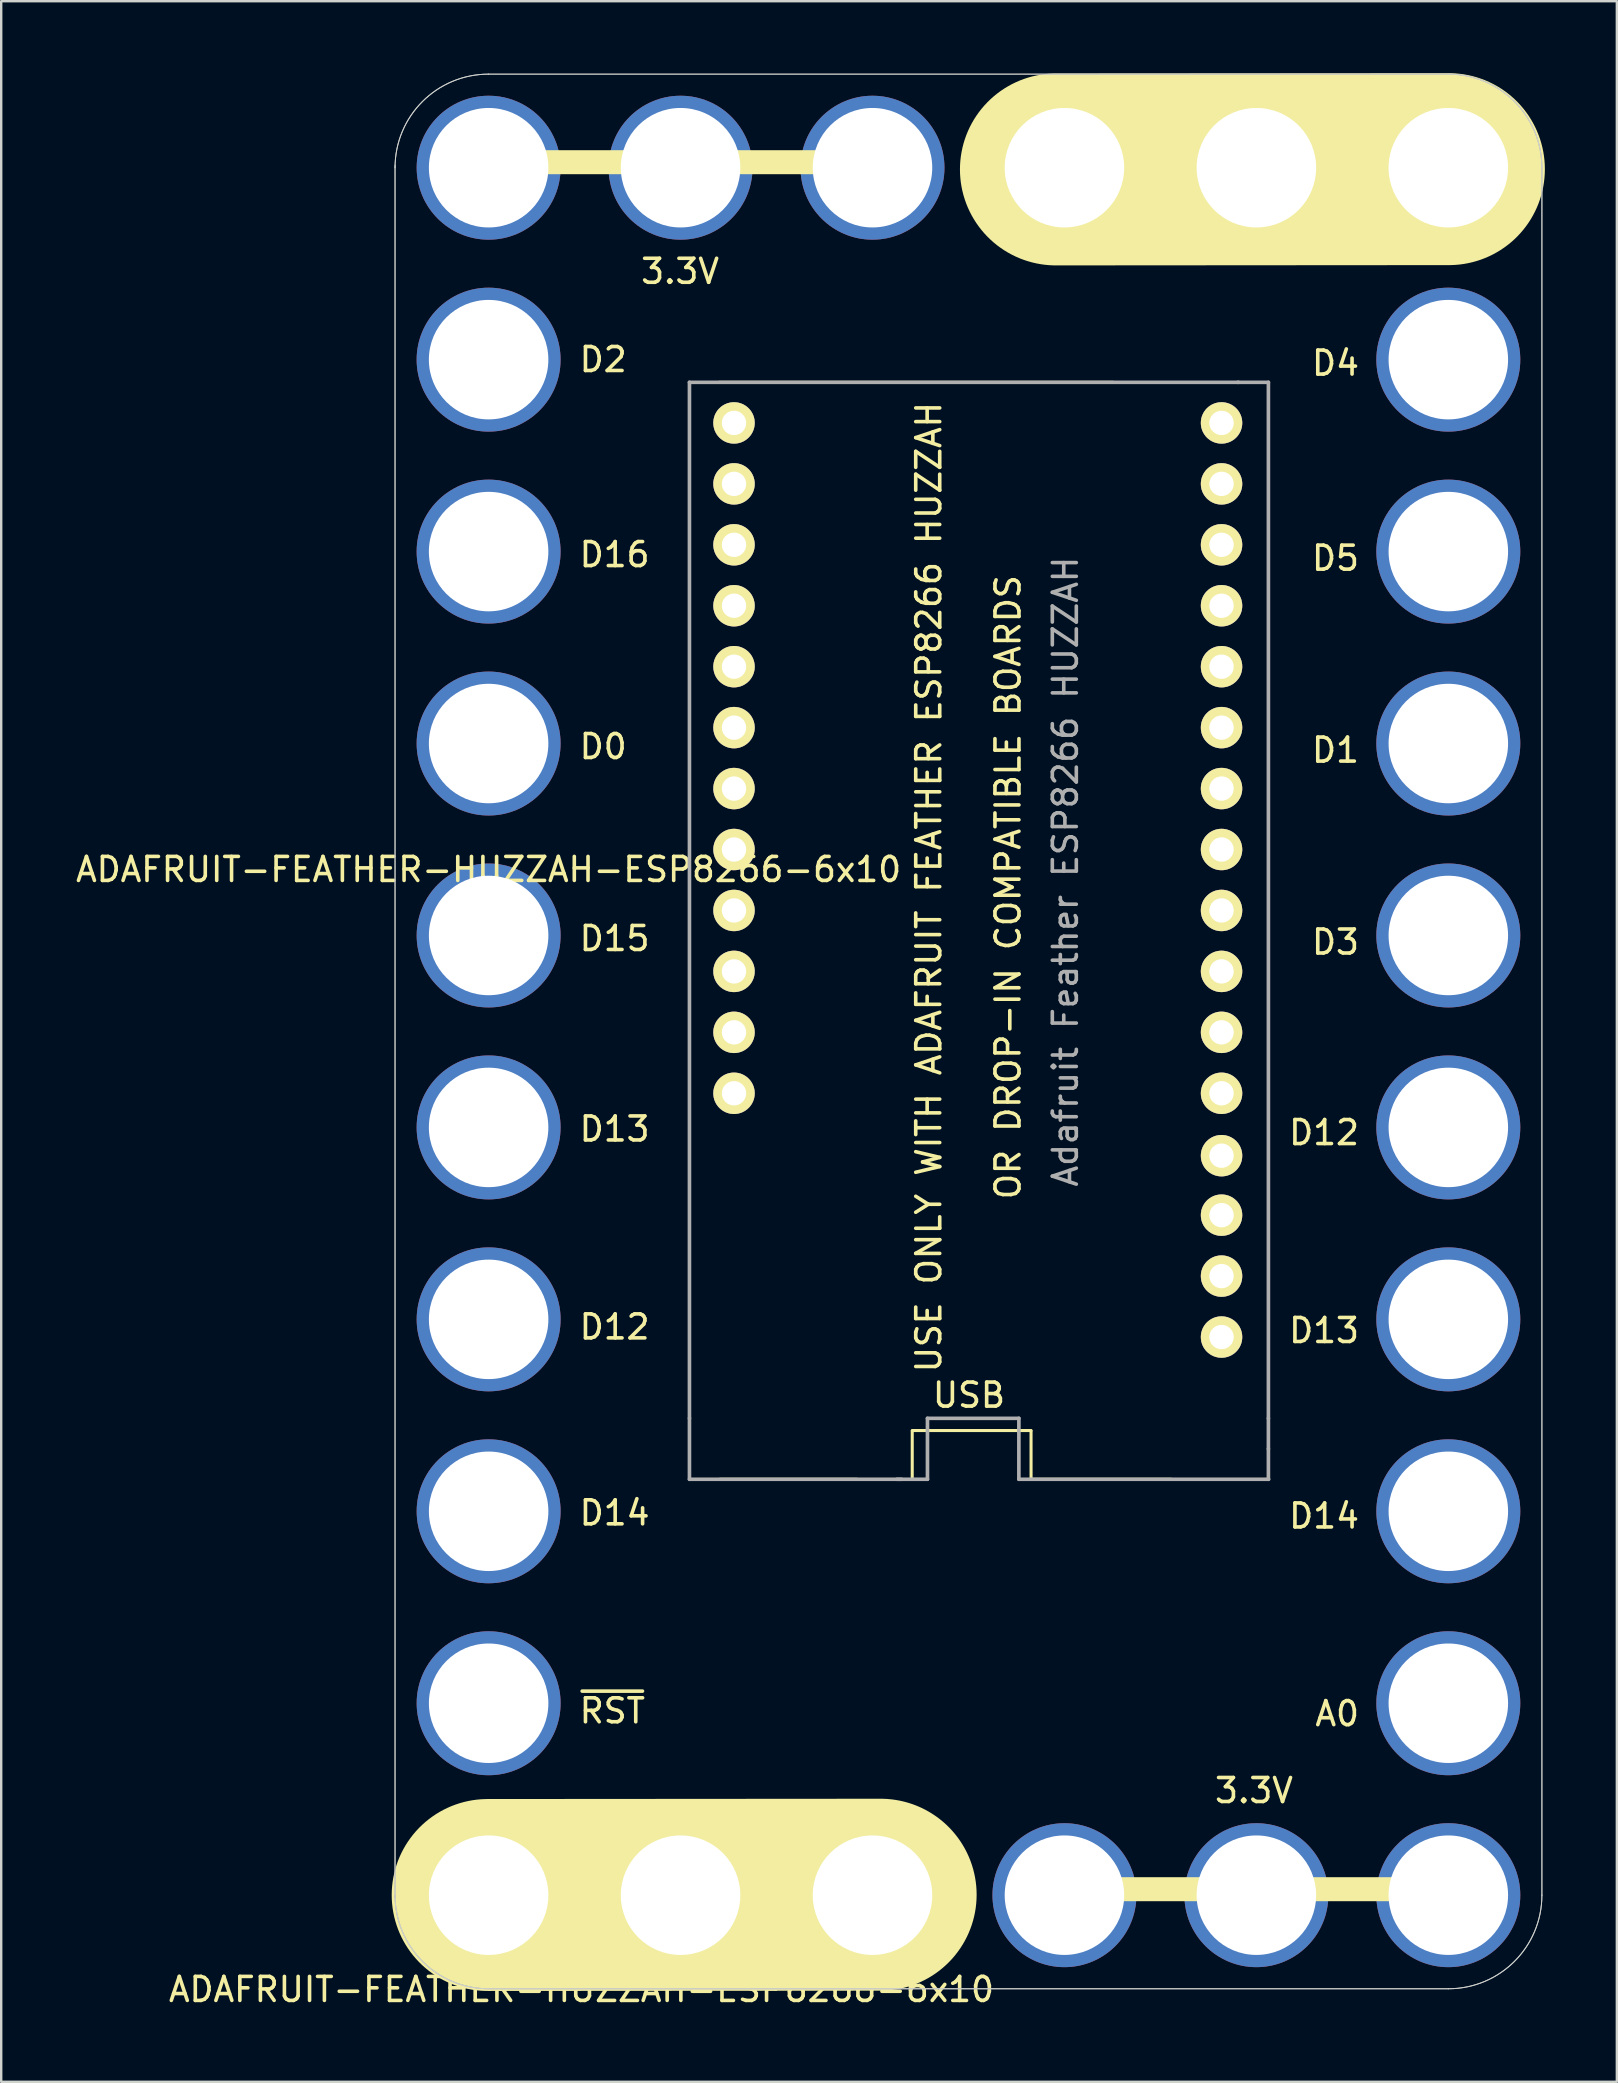
<source format=kicad_pcb>
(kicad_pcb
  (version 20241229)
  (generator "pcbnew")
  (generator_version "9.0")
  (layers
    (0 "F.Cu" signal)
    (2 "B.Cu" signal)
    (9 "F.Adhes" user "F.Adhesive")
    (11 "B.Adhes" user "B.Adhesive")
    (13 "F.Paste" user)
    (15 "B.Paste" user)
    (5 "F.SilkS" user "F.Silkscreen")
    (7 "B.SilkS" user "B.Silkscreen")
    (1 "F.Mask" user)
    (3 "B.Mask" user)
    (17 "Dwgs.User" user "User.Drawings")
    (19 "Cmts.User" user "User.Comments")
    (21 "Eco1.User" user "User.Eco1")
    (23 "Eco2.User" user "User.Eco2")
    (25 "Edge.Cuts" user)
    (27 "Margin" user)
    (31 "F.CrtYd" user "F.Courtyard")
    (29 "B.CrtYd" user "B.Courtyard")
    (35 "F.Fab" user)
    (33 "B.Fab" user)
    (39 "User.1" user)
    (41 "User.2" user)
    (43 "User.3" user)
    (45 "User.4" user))
  (footprint "ADAFRUIT-FEATHER-HUZZAH-ESP8266-6x10"
    (layer "F.Cu")
    (at 17.315 35.94)
    (property "Reference" "ADAFRUIT-FEATHER-HUZZAH-ESP8266-6x10" (at 3.87 43.93 0) (layer "F.SilkS") (effects (font (size 1 1) (thickness 0.15))))
    (attr through_hole)
    (fp_line (start -0.04 -32.23) (end 16.2 -32.23) (stroke (width 1) (type solid)) (layer "F.SilkS"))
    (fp_line (start -0.039 39.992) (end 16.34 39.98) (stroke (width 8) (type solid)) (layer "F.SilkS"))
    (fp_line (start 9.608 -23.055) (end 26.024 -23.055) (stroke (width 0.127) (type solid)) (layer "F.SilkS"))
    (fp_line (start 9.641 22.665) (end 15.356 22.665) (stroke (width 0.127) (type solid)) (layer "F.SilkS"))
    (fp_line (start 17.656 22.657) (end 17.656 20.657) (stroke (width 0.127) (type solid)) (layer "F.SilkS"))
    (fp_line (start 22.609 20.633) (end 17.656 20.633) (stroke (width 0.127) (type solid)) (layer "F.SilkS"))
    (fp_line (start 22.609 22.665) (end 22.608 20.657) (stroke (width 0.127) (type solid)) (layer "F.SilkS"))
    (fp_line (start 22.609 22.665) (end 28.451 22.665) (stroke (width 0.127) (type solid)) (layer "F.SilkS"))
    (fp_line (start 23.55 39.75) (end 39.79 39.75) (stroke (width 1) (type solid)) (layer "F.SilkS"))
    (fp_line (start 23.645 -31.928) (end 40.024 -31.94) (stroke (width 8) (type solid)) (layer "F.SilkS"))
    (fp_line (start -3.9 -32.1) (end -3.9 40) (stroke (width 0.041) (type solid)) (layer "Edge.Cuts"))
    (fp_line (start 0 43.9) (end 40 43.9) (stroke (width 0.041) (type solid)) (layer "Edge.Cuts"))
    (fp_line (start 40 -35.9) (end 0 -35.9) (stroke (width 0.041) (type solid)) (layer "Edge.Cuts"))
    (fp_line (start 43.9 40) (end 43.9 -32.1) (stroke (width 0.041) (type solid)) (layer "Edge.Cuts"))
    (fp_arc (start -3.9 -32) (mid -2.757716 -34.757716) (end 0 -35.9) (stroke (width 0.04064) (type solid)) (layer "Edge.Cuts"))
    (fp_arc (start 0 43.9) (mid -2.755309 42.760122) (end -3.899994 40.006807) (stroke (width 0.04064) (type solid)) (layer "Edge.Cuts"))
    (fp_arc (start 40 -35.9) (mid 42.755309 -34.760122) (end 43.899994 -32.006807) (stroke (width 0.04064) (type solid)) (layer "Edge.Cuts"))
    (fp_arc (start 43.9 40) (mid 42.757716 42.757716) (end 40 43.9) (stroke (width 0.04064) (type solid)) (layer "Edge.Cuts"))
    (fp_line (start -3.9 -32) (end -3.9 40.1) (stroke (width 0.041) (type solid)) (layer "F.Fab"))
    (fp_line (start 0 43.9) (end 40 43.9) (stroke (width 0.041) (type solid)) (layer "F.Fab"))
    (fp_line (start 8.371 -23.055) (end 8.371 20.125) (stroke (width 0.152) (type solid)) (layer "F.Fab"))
    (fp_line (start 8.371 22.665) (end 8.371 20.125) (stroke (width 0.152) (type solid)) (layer "F.Fab"))
    (fp_line (start 17.021 22.665) (end 18.291 22.665) (stroke (width 0.152) (type solid)) (layer "F.Fab"))
    (fp_line (start 17.21 22.665) (end 8.371 22.665) (stroke (width 0.152) (type solid)) (layer "F.Fab"))
    (fp_line (start 18.291 20.125) (end 18.291 22.665) (stroke (width 0.152) (type solid)) (layer "F.Fab"))
    (fp_line (start 22.101 20.125) (end 18.291 20.125) (stroke (width 0.152) (type solid)) (layer "F.Fab"))
    (fp_line (start 22.101 22.665) (end 22.101 20.125) (stroke (width 0.152) (type solid)) (layer "F.Fab"))
    (fp_line (start 31.231 -23.055) (end 32.501 -23.055) (stroke (width 0.152) (type solid)) (layer "F.Fab"))
    (fp_line (start 31.25 -23.055) (end 8.371 -23.055) (stroke (width 0.152) (type solid)) (layer "F.Fab"))
    (fp_line (start 32.501 20.125) (end 32.501 -23.055) (stroke (width 0.152) (type solid)) (layer "F.Fab"))
    (fp_line (start 32.501 20.125) (end 32.501 21.395) (stroke (width 0.152) (type solid)) (layer "F.Fab"))
    (fp_line (start 32.501 21.395) (end 32.501 22.665) (stroke (width 0.152) (type solid)) (layer "F.Fab"))
    (fp_line (start 32.51 22.665) (end 22.101 22.665) (stroke (width 0.152) (type solid)) (layer "F.Fab"))
    (fp_line (start 40 -35.9) (end 0 -35.9) (stroke (width 0.041) (type solid)) (layer "F.Fab"))
    (fp_line (start 43.9 40) (end 43.9 -32) (stroke (width 0.041) (type solid)) (layer "F.Fab"))
    (fp_arc (start -3.9 -32) (mid -2.757716 -34.757716) (end 0 -35.9) (stroke (width 0.04064) (type solid)) (layer "F.Fab"))
    (fp_arc (start 0 43.9) (mid -2.755309 42.760122) (end -3.899994 40.006807) (stroke (width 0.04064) (type solid)) (layer "F.Fab"))
    (fp_arc (start 40 -35.9) (mid 42.755309 -34.760122) (end 43.899994 -32.006807) (stroke (width 0.04064) (type solid)) (layer "F.Fab"))
    (fp_arc (start 43.9 40) (mid 42.757716 42.757716) (end 40 43.9) (stroke (width 0.04064) (type solid)) (layer "F.Fab"))
    (fp_text user "USB" (at 20.02 19.16 0) (layer "F.SilkS") (effects (font (size 1 1) (thickness 0.15))))
    (fp_text user "OR DROP-IN COMPATIBLE BOARDS" (at 21.649 -2.012 90) (layer "F.SilkS") (effects (font (size 1 1) (thickness 0.15))))
    (fp_text user "D12" (at 5.251 16.317 0) (layer "F.SilkS") (effects (font (size 1 1) (thickness 0.15))))
    (fp_text user "USE ONLY WITH ADAFRUIT FEATHER ESP8266 HUZZAH" (at 18.347 -2.012 90) (layer "F.SilkS") (effects (font (size 1 1) (thickness 0.15))))
    (fp_text user "D13" (at 34.821 16.466 0) (layer "F.SilkS") (effects (font (size 1 1) (thickness 0.15))))
    (fp_text user "D12" (at 34.821 8.216 0) (layer "F.SilkS") (effects (font (size 1 1) (thickness 0.15))))
    (fp_text user "D4" (at 35.297 -23.854 0) (layer "F.SilkS") (effects (font (size 1 1) (thickness 0.15))))
    (fp_text user "D5" (at 35.297 -15.724 0) (layer "F.SilkS") (effects (font (size 1 1) (thickness 0.15))))
    (fp_text user "D15" (at 5.251 0.127 0) (layer "F.SilkS") (effects (font (size 1 1) (thickness 0.15))))
    (fp_text user "D0" (at 4.775 -7.873 0) (layer "F.SilkS") (effects (font (size 1 1) (thickness 0.15))))
    (fp_text user "${REFERENCE}" (at 0 -2.75 0) (layer "F.SilkS") (effects (font (size 1 1) (thickness 0.15))))
    (fp_text user "A0" (at 35.369 32.436 180) (layer "F.SilkS") (effects (font (size 1 1) (thickness 0.15))))
    (fp_text user "3.3V" (at 31.9 35.64 0) (layer "F.SilkS") (effects (font (size 1 1) (thickness 0.15))))
    (fp_text user "D14" (at 5.251 24.067 0) (layer "F.SilkS") (effects (font (size 1 1) (thickness 0.15))))
    (fp_text user "D13" (at 5.251 8.067 0) (layer "F.SilkS") (effects (font (size 1 1) (thickness 0.15))))
    (fp_text user "3.3V" (at 7.98 -27.68 0) (layer "F.SilkS") (effects (font (size 1 1) (thickness 0.15))))
    (fp_text user "D14" (at 34.821 24.196 180) (layer "F.SilkS") (effects (font (size 1 1) (thickness 0.15))))
    (fp_text user "D2" (at 4.775 -24.003 0) (layer "F.SilkS") (effects (font (size 1 1) (thickness 0.15))))
    (fp_text user "D16" (at 5.251 -15.873 0) (layer "F.SilkS") (effects (font (size 1 1) (thickness 0.15))))
    (fp_text user "D3" (at 35.297 0.276 0) (layer "F.SilkS") (effects (font (size 1 1) (thickness 0.15))))
    (fp_text user "~{RST}" (at 5.156 32.317 0) (layer "F.SilkS") (effects (font (size 1 1) (thickness 0.15))))
    (fp_text user "D1" (at 35.297 -7.724 0) (layer "F.SilkS") (effects (font (size 1 1) (thickness 0.15))))
    (fp_text user "Adafruit Feather ESP8266 HUZZAH" (at 24.04 -2.66 90) (layer "F.Fab") (effects (font (size 1 1) (thickness 0.15))))
    (pad "1" thru_hole circle (at 0.001 32 90) (size 6 6) (drill 4.98) (layers "*.Cu" "*.Mask"))
    (pad "1" thru_hole circle (at 30.548 16.737 180) (size 1.727 1.727) (drill 1.016) (layers "*.Cu" "*.Mask" "F.SilkS"))
    (pad "2" thru_hole circle (at 30.548 6.577 180) (size 1.727 1.727) (drill 1.016) (layers "*.Cu" "*.Mask" "F.SilkS"))
    (pad "2" thru_hole circle (at 40 32 90) (size 6 6) (drill 4.98) (layers "*.Cu" "*.Mask"))
    (pad "3" thru_hole circle (at 30.548 -21.363 180) (size 1.727 1.727) (drill 1.016) (layers "*.Cu" "*.Mask" "F.SilkS"))
    (pad "3V" thru_hole circle (at 0.001 -32 90) (size 6 6) (drill 4.98) (layers "*.Cu" "*.Mask"))
    (pad "3V" thru_hole circle (at 8 -32 90) (size 6 6) (drill 4.98) (layers "*.Cu" "*.Mask"))
    (pad "3V" thru_hole circle (at 16 -32 90) (size 6 6) (drill 4.98) (layers "*.Cu" "*.Mask"))
    (pad "3V" thru_hole circle (at 24 40 90) (size 6 6) (drill 4.98) (layers "*.Cu" "*.Mask"))
    (pad "3V" thru_hole circle (at 30.548 14.197 180) (size 1.727 1.727) (drill 1.016) (layers "*.Cu" "*.Mask" "F.SilkS"))
    (pad "3V" thru_hole circle (at 32 40 90) (size 6 6) (drill 4.98) (layers "*.Cu" "*.Mask"))
    (pad "3V" thru_hole circle (at 40 40 90) (size 6 6) (drill 4.98) (layers "*.Cu" "*.Mask"))
    (pad "4" thru_hole circle (at 0 -16 90) (size 6 6) (drill 4.98) (layers "*.Cu" "*.Mask"))
    (pad "4" thru_hole circle (at 10.228 -13.743 180) (size 1.727 1.727) (drill 1.016) (layers "*.Cu" "*.Mask" "F.SilkS"))
    (pad "5" thru_hole circle (at 0.001 24 90) (size 6 6) (drill 4.98) (layers "*.Cu" "*.Mask"))
    (pad "5" thru_hole circle (at 10.228 -1.043 180) (size 1.727 1.727) (drill 1.016) (layers "*.Cu" "*.Mask" "F.SilkS"))
    (pad "5" thru_hole circle (at 30.548 -8.663 180) (size 1.727 1.727) (drill 1.016) (layers "*.Cu" "*.Mask" "F.SilkS"))
    (pad "5" thru_hole circle (at 40 24 90) (size 6 6) (drill 4.98) (layers "*.Cu" "*.Mask"))
    (pad "6" thru_hole circle (at 0.001 16 90) (size 6 6) (drill 4.98) (layers "*.Cu" "*.Mask"))
    (pad "6" thru_hole circle (at 10.228 -3.583 180) (size 1.727 1.727) (drill 1.016) (layers "*.Cu" "*.Mask" "F.SilkS"))
    (pad "6" thru_hole circle (at 30.548 -13.743 180) (size 1.727 1.727) (drill 1.016) (layers "*.Cu" "*.Mask" "F.SilkS"))
    (pad "6" thru_hole circle (at 40 8 90) (size 6 6) (drill 4.98) (layers "*.Cu" "*.Mask"))
    (pad "7" thru_hole circle (at 0 8 90) (size 6 6) (drill 4.98) (layers "*.Cu" "*.Mask"))
    (pad "7" thru_hole circle (at 10.228 -6.123 180) (size 1.727 1.727) (drill 1.016) (layers "*.Cu" "*.Mask" "F.SilkS"))
    (pad "7" thru_hole circle (at 30.548 -11.203 180) (size 1.727 1.727) (drill 1.016) (layers "*.Cu" "*.Mask" "F.SilkS"))
    (pad "7" thru_hole circle (at 40 16 90) (size 6 6) (drill 4.98) (layers "*.Cu" "*.Mask"))
    (pad "10" thru_hole circle (at 0.001 0 90) (size 6 6) (drill 4.98) (layers "*.Cu" "*.Mask"))
    (pad "10" thru_hole circle (at 10.228 -8.663 180) (size 1.727 1.727) (drill 1.016) (layers "*.Cu" "*.Mask" "F.SilkS"))
    (pad "11" thru_hole circle (at 0 -24 90) (size 6 6) (drill 4.98) (layers "*.Cu" "*.Mask"))
    (pad "11" thru_hole circle (at 10.228 -16.283 180) (size 1.727 1.727) (drill 1.016) (layers "*.Cu" "*.Mask" "F.SilkS"))
    (pad "12" thru_hole circle (at 0 -8 90) (size 6 6) (drill 4.98) (layers "*.Cu" "*.Mask"))
    (pad "12" thru_hole circle (at 10.228 -11.203 180) (size 1.727 1.727) (drill 1.016) (layers "*.Cu" "*.Mask" "F.SilkS"))
    (pad "13" thru_hole circle (at 10.228 -21.363 180) (size 1.727 1.727) (drill 1.016) (layers "*.Cu" "*.Mask" "F.SilkS"))
    (pad "13" thru_hole circle (at 40 -24 90) (size 6 6) (drill 4.98) (layers "*.Cu" "*.Mask"))
    (pad "14" thru_hole circle (at 10.228 -18.823 180) (size 1.727 1.727) (drill 1.016) (layers "*.Cu" "*.Mask" "F.SilkS"))
    (pad "14" thru_hole circle (at 40 -16 90) (size 6 6) (drill 4.98) (layers "*.Cu" "*.Mask"))
    (pad "15" thru_hole circle (at 30.548 -16.283 180) (size 1.727 1.727) (drill 1.016) (layers "*.Cu" "*.Mask" "F.SilkS"))
    (pad "15" thru_hole circle (at 40 0 90) (size 6 6) (drill 4.98) (layers "*.Cu" "*.Mask"))
    (pad "16" thru_hole circle (at 30.548 -18.823 180) (size 1.727 1.727) (drill 1.016) (layers "*.Cu" "*.Mask" "F.SilkS"))
    (pad "16" thru_hole circle (at 40 -8 90) (size 6 6) (drill 4.98) (layers "*.Cu" "*.Mask"))
    (pad "EN" thru_hole circle (at 10.228 4.037 180) (size 1.727 1.727) (drill 1.016) (layers "*.Cu" "*.Mask" "F.SilkS"))
    (pad "GND" thru_hole circle (at 0.001 40 90) (size 6 6) (drill 4.98) (layers "*.Cu" "*.Mask"))
    (pad "GND" thru_hole circle (at 8 40 90) (size 6 6) (drill 4.98) (layers "*.Cu" "*.Mask"))
    (pad "GND" thru_hole circle (at 16 40 90) (size 6 6) (drill 4.98) (layers "*.Cu" "*.Mask"))
    (pad "GND" thru_hole circle (at 24 -32 90) (size 6 6) (drill 4.98) (layers "*.Cu" "*.Mask"))
    (pad "GND" thru_hole circle (at 30.548 9.178 180) (size 1.727 1.727) (drill 1.016) (layers "*.Cu" "*.Mask" "F.SilkS"))
    (pad "GND" thru_hole circle (at 32 -32 90) (size 6 6) (drill 4.98) (layers "*.Cu" "*.Mask"))
    (pad "GND" thru_hole circle (at 40 -32 90) (size 6 6) (drill 4.98) (layers "*.Cu" "*.Mask"))
    (pad "NC" thru_hole circle (at 30.548 -6.123 180) (size 1.727 1.727) (drill 1.016) (layers "*.Cu" "*.Mask" "F.SilkS"))
    (pad "NC" thru_hole circle (at 30.548 -3.583 180) (size 1.727 1.727) (drill 1.016) (layers "*.Cu" "*.Mask" "F.SilkS"))
    (pad "NC" thru_hole circle (at 30.548 -1.043 180) (size 1.727 1.727) (drill 1.016) (layers "*.Cu" "*.Mask" "F.SilkS"))
    (pad "NC" thru_hole circle (at 30.548 1.497 180) (size 1.727 1.727) (drill 1.016) (layers "*.Cu" "*.Mask" "F.SilkS"))
    (pad "NC" thru_hole circle (at 30.548 4.037 180) (size 1.727 1.727) (drill 1.016) (layers "*.Cu" "*.Mask" "F.SilkS"))
    (pad "NC" thru_hole circle (at 30.548 11.657 180) (size 1.727 1.727) (drill 1.016) (layers "*.Cu" "*.Mask" "F.SilkS"))
    (pad "USB" thru_hole circle (at 10.228 1.497 180) (size 1.727 1.727) (drill 1.016) (layers "*.Cu" "*.Mask" "F.SilkS"))
    (pad "VBAT" thru_hole circle (at 10.228 6.577 180) (size 1.727 1.727) (drill 1.016) (layers "*.Cu" "*.Mask" "F.SilkS")))
  (gr_rect
    (start -3 -3)
    (end 64.339 83.718)
    (stroke (width 0.1) (type default))
    (fill no)
    (layer "Edge.Cuts")))
</source>
